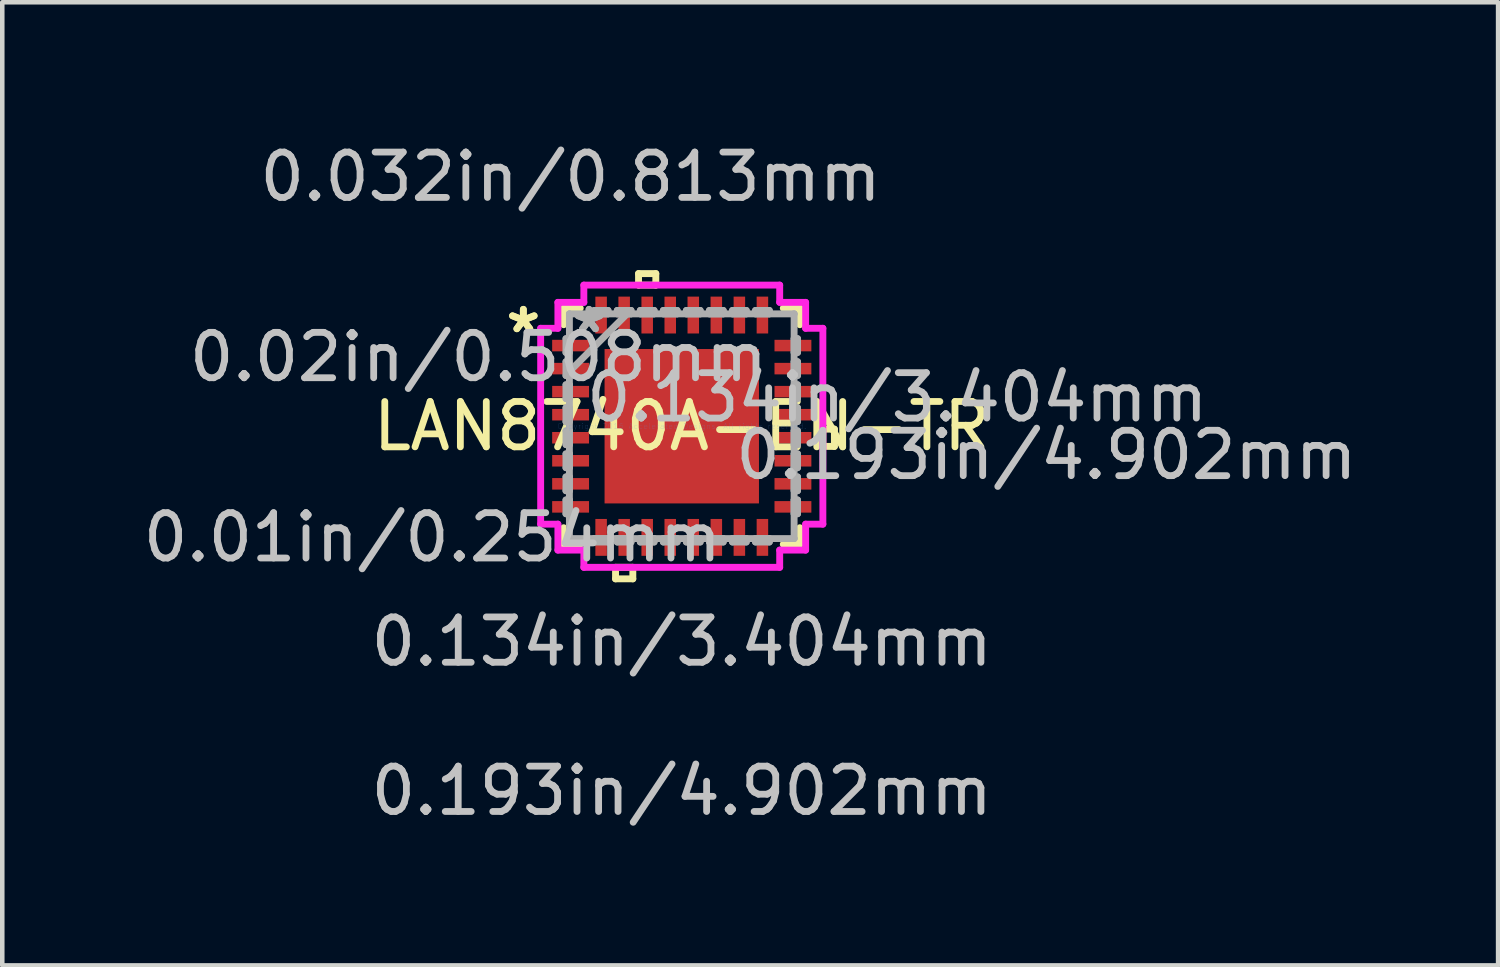
<source format=kicad_pcb>
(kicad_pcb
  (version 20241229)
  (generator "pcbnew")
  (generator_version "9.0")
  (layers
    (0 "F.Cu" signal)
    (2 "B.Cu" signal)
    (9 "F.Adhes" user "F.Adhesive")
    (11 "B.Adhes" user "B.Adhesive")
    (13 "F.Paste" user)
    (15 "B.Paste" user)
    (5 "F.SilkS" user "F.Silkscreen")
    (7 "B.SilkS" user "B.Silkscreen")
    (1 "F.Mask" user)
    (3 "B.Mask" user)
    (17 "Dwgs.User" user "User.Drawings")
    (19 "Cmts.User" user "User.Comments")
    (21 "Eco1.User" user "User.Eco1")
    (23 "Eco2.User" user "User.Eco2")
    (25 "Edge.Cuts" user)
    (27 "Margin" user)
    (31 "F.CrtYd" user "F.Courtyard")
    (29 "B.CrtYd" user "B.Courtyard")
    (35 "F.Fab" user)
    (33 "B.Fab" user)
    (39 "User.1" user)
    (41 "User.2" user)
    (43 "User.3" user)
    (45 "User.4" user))
  (footprint "LAN8740A-EN-TR"
    (layer "F.Cu")
    (at 11.981 6.347)
    (property "Reference" "LAN8740A-EN-TR" (at 0 0 0) (layer "F.SilkS") (effects (font (size 1 1) (thickness 0.15))))
    (attr through_hole)
    (fp_line (start -2.603 -2.603) (end -2.603 -2.238) (stroke (width 0.152) (type solid)) (layer "F.SilkS"))
    (fp_line (start -2.603 2.238) (end -2.603 2.603) (stroke (width 0.152) (type solid)) (layer "F.SilkS"))
    (fp_line (start -2.603 2.603) (end -2.238 2.603) (stroke (width 0.152) (type solid)) (layer "F.SilkS"))
    (fp_line (start -2.238 -2.603) (end -2.603 -2.603) (stroke (width 0.152) (type solid)) (layer "F.SilkS"))
    (fp_line (start -1.46 3.111) (end -1.46 3.365) (stroke (width 0.152) (type solid)) (layer "F.SilkS"))
    (fp_line (start -1.46 3.365) (end -1.079 3.365) (stroke (width 0.152) (type solid)) (layer "F.SilkS"))
    (fp_line (start -1.079 3.111) (end -1.46 3.111) (stroke (width 0.152) (type solid)) (layer "F.SilkS"))
    (fp_line (start -1.079 3.365) (end -1.079 3.111) (stroke (width 0.152) (type solid)) (layer "F.SilkS"))
    (fp_line (start -0.953 -3.365) (end -0.572 -3.365) (stroke (width 0.152) (type solid)) (layer "F.SilkS"))
    (fp_line (start -0.953 -3.111) (end -0.953 -3.365) (stroke (width 0.152) (type solid)) (layer "F.SilkS"))
    (fp_line (start -0.572 -3.365) (end -0.572 -3.111) (stroke (width 0.152) (type solid)) (layer "F.SilkS"))
    (fp_line (start -0.572 -3.111) (end -0.953 -3.111) (stroke (width 0.152) (type solid)) (layer "F.SilkS"))
    (fp_line (start 2.238 2.603) (end 2.603 2.603) (stroke (width 0.152) (type solid)) (layer "F.SilkS"))
    (fp_line (start 2.603 -2.603) (end 2.238 -2.603) (stroke (width 0.152) (type solid)) (layer "F.SilkS"))
    (fp_line (start 2.603 -2.238) (end 2.603 -2.603) (stroke (width 0.152) (type solid)) (layer "F.SilkS"))
    (fp_line (start 2.603 2.603) (end 2.603 2.238) (stroke (width 0.152) (type solid)) (layer "F.SilkS"))
    (fp_line (start 3.111 0.064) (end 3.365 0.064) (stroke (width 0.152) (type solid)) (layer "F.SilkS"))
    (fp_line (start 3.111 0.445) (end 3.111 0.064) (stroke (width 0.152) (type solid)) (layer "F.SilkS"))
    (fp_line (start 3.365 0.064) (end 3.365 0.445) (stroke (width 0.152) (type solid)) (layer "F.SilkS"))
    (fp_line (start 3.365 0.445) (end 3.111 0.445) (stroke (width 0.152) (type solid)) (layer "F.SilkS"))
    (fp_line (start -1.602 -1.602) (end -1.602 -0.1) (stroke (width 0.152) (type solid)) (layer "F.Paste"))
    (fp_line (start -1.602 -0.1) (end -0.1 -0.1) (stroke (width 0.152) (type solid)) (layer "F.Paste"))
    (fp_line (start -1.602 0.1) (end -1.602 1.602) (stroke (width 0.152) (type solid)) (layer "F.Paste"))
    (fp_line (start -1.602 1.602) (end -0.1 1.602) (stroke (width 0.152) (type solid)) (layer "F.Paste"))
    (fp_line (start -0.1 -1.602) (end -1.602 -1.602) (stroke (width 0.152) (type solid)) (layer "F.Paste"))
    (fp_line (start -0.1 -0.1) (end -0.1 -1.602) (stroke (width 0.152) (type solid)) (layer "F.Paste"))
    (fp_line (start -0.1 0.1) (end -1.602 0.1) (stroke (width 0.152) (type solid)) (layer "F.Paste"))
    (fp_line (start -0.1 1.602) (end -0.1 0.1) (stroke (width 0.152) (type solid)) (layer "F.Paste"))
    (fp_line (start 0.1 -1.602) (end 0.1 -0.1) (stroke (width 0.152) (type solid)) (layer "F.Paste"))
    (fp_line (start 0.1 -0.1) (end 1.602 -0.1) (stroke (width 0.152) (type solid)) (layer "F.Paste"))
    (fp_line (start 0.1 0.1) (end 0.1 1.602) (stroke (width 0.152) (type solid)) (layer "F.Paste"))
    (fp_line (start 0.1 1.602) (end 1.602 1.602) (stroke (width 0.152) (type solid)) (layer "F.Paste"))
    (fp_line (start 1.602 -1.602) (end 0.1 -1.602) (stroke (width 0.152) (type solid)) (layer "F.Paste"))
    (fp_line (start 1.602 -0.1) (end 1.602 -1.602) (stroke (width 0.152) (type solid)) (layer "F.Paste"))
    (fp_line (start 1.602 0.1) (end 0.1 0.1) (stroke (width 0.152) (type solid)) (layer "F.Paste"))
    (fp_line (start 1.602 1.602) (end 1.602 0.1) (stroke (width 0.152) (type solid)) (layer "F.Paste"))
    (fp_line (start -3.111 -2.159) (end -2.731 -2.159) (stroke (width 0.152) (type solid)) (layer "F.CrtYd"))
    (fp_line (start -3.111 2.159) (end -3.111 -2.159) (stroke (width 0.152) (type solid)) (layer "F.CrtYd"))
    (fp_line (start -2.731 -2.731) (end -2.159 -2.731) (stroke (width 0.152) (type solid)) (layer "F.CrtYd"))
    (fp_line (start -2.731 -2.159) (end -2.731 -2.731) (stroke (width 0.152) (type solid)) (layer "F.CrtYd"))
    (fp_line (start -2.731 2.159) (end -3.111 2.159) (stroke (width 0.152) (type solid)) (layer "F.CrtYd"))
    (fp_line (start -2.731 2.731) (end -2.731 2.159) (stroke (width 0.152) (type solid)) (layer "F.CrtYd"))
    (fp_line (start -2.159 -3.111) (end 2.159 -3.111) (stroke (width 0.152) (type solid)) (layer "F.CrtYd"))
    (fp_line (start -2.159 -2.731) (end -2.159 -3.111) (stroke (width 0.152) (type solid)) (layer "F.CrtYd"))
    (fp_line (start -2.159 2.731) (end -2.731 2.731) (stroke (width 0.152) (type solid)) (layer "F.CrtYd"))
    (fp_line (start -2.159 3.111) (end -2.159 2.731) (stroke (width 0.152) (type solid)) (layer "F.CrtYd"))
    (fp_line (start 2.159 -3.111) (end 2.159 -2.731) (stroke (width 0.152) (type solid)) (layer "F.CrtYd"))
    (fp_line (start 2.159 -2.731) (end 2.731 -2.731) (stroke (width 0.152) (type solid)) (layer "F.CrtYd"))
    (fp_line (start 2.159 2.731) (end 2.159 3.111) (stroke (width 0.152) (type solid)) (layer "F.CrtYd"))
    (fp_line (start 2.159 3.111) (end -2.159 3.111) (stroke (width 0.152) (type solid)) (layer "F.CrtYd"))
    (fp_line (start 2.731 -2.731) (end 2.731 -2.159) (stroke (width 0.152) (type solid)) (layer "F.CrtYd"))
    (fp_line (start 2.731 -2.159) (end 3.111 -2.159) (stroke (width 0.152) (type solid)) (layer "F.CrtYd"))
    (fp_line (start 2.731 2.159) (end 2.731 2.731) (stroke (width 0.152) (type solid)) (layer "F.CrtYd"))
    (fp_line (start 2.731 2.731) (end 2.159 2.731) (stroke (width 0.152) (type solid)) (layer "F.CrtYd"))
    (fp_line (start 3.111 -2.159) (end 3.111 2.159) (stroke (width 0.152) (type solid)) (layer "F.CrtYd"))
    (fp_line (start 3.111 2.159) (end 2.731 2.159) (stroke (width 0.152) (type solid)) (layer "F.CrtYd"))
    (fp_line (start -2.553 -1.93) (end -2.553 -1.626) (stroke (width 0.152) (type solid)) (layer "F.Fab"))
    (fp_line (start -2.553 -1.626) (end -2.477 -1.626) (stroke (width 0.152) (type solid)) (layer "F.Fab"))
    (fp_line (start -2.553 -1.422) (end -2.553 -1.118) (stroke (width 0.152) (type solid)) (layer "F.Fab"))
    (fp_line (start -2.553 -1.118) (end -2.477 -1.118) (stroke (width 0.152) (type solid)) (layer "F.Fab"))
    (fp_line (start -2.553 -0.914) (end -2.553 -0.61) (stroke (width 0.152) (type solid)) (layer "F.Fab"))
    (fp_line (start -2.553 -0.61) (end -2.477 -0.61) (stroke (width 0.152) (type solid)) (layer "F.Fab"))
    (fp_line (start -2.553 -0.406) (end -2.553 -0.102) (stroke (width 0.152) (type solid)) (layer "F.Fab"))
    (fp_line (start -2.553 -0.102) (end -2.477 -0.102) (stroke (width 0.152) (type solid)) (layer "F.Fab"))
    (fp_line (start -2.553 0.102) (end -2.553 0.406) (stroke (width 0.152) (type solid)) (layer "F.Fab"))
    (fp_line (start -2.553 0.406) (end -2.477 0.406) (stroke (width 0.152) (type solid)) (layer "F.Fab"))
    (fp_line (start -2.553 0.61) (end -2.553 0.914) (stroke (width 0.152) (type solid)) (layer "F.Fab"))
    (fp_line (start -2.553 0.914) (end -2.477 0.914) (stroke (width 0.152) (type solid)) (layer "F.Fab"))
    (fp_line (start -2.553 1.118) (end -2.553 1.422) (stroke (width 0.152) (type solid)) (layer "F.Fab"))
    (fp_line (start -2.553 1.422) (end -2.477 1.422) (stroke (width 0.152) (type solid)) (layer "F.Fab"))
    (fp_line (start -2.553 1.626) (end -2.553 1.93) (stroke (width 0.152) (type solid)) (layer "F.Fab"))
    (fp_line (start -2.553 1.93) (end -2.477 1.93) (stroke (width 0.152) (type solid)) (layer "F.Fab"))
    (fp_line (start -2.477 -2.477) (end -2.477 -2.477) (stroke (width 0.152) (type solid)) (layer "F.Fab"))
    (fp_line (start -2.477 -2.477) (end -2.477 2.477) (stroke (width 0.152) (type solid)) (layer "F.Fab"))
    (fp_line (start -2.477 -1.93) (end -2.553 -1.93) (stroke (width 0.152) (type solid)) (layer "F.Fab"))
    (fp_line (start -2.477 -1.626) (end -2.477 -1.93) (stroke (width 0.152) (type solid)) (layer "F.Fab"))
    (fp_line (start -2.477 -1.422) (end -2.553 -1.422) (stroke (width 0.152) (type solid)) (layer "F.Fab"))
    (fp_line (start -2.477 -1.206) (end -1.206 -2.477) (stroke (width 0.152) (type solid)) (layer "F.Fab"))
    (fp_line (start -2.477 -1.118) (end -2.477 -1.422) (stroke (width 0.152) (type solid)) (layer "F.Fab"))
    (fp_line (start -2.477 -0.914) (end -2.553 -0.914) (stroke (width 0.152) (type solid)) (layer "F.Fab"))
    (fp_line (start -2.477 -0.61) (end -2.477 -0.914) (stroke (width 0.152) (type solid)) (layer "F.Fab"))
    (fp_line (start -2.477 -0.406) (end -2.553 -0.406) (stroke (width 0.152) (type solid)) (layer "F.Fab"))
    (fp_line (start -2.477 -0.102) (end -2.477 -0.406) (stroke (width 0.152) (type solid)) (layer "F.Fab"))
    (fp_line (start -2.477 0.102) (end -2.553 0.102) (stroke (width 0.152) (type solid)) (layer "F.Fab"))
    (fp_line (start -2.477 0.406) (end -2.477 0.102) (stroke (width 0.152) (type solid)) (layer "F.Fab"))
    (fp_line (start -2.477 0.61) (end -2.553 0.61) (stroke (width 0.152) (type solid)) (layer "F.Fab"))
    (fp_line (start -2.477 0.914) (end -2.477 0.61) (stroke (width 0.152) (type solid)) (layer "F.Fab"))
    (fp_line (start -2.477 1.118) (end -2.553 1.118) (stroke (width 0.152) (type solid)) (layer "F.Fab"))
    (fp_line (start -2.477 1.422) (end -2.477 1.118) (stroke (width 0.152) (type solid)) (layer "F.Fab"))
    (fp_line (start -2.477 1.626) (end -2.553 1.626) (stroke (width 0.152) (type solid)) (layer "F.Fab"))
    (fp_line (start -2.477 1.93) (end -2.477 1.626) (stroke (width 0.152) (type solid)) (layer "F.Fab"))
    (fp_line (start -2.477 2.477) (end -2.477 2.477) (stroke (width 0.152) (type solid)) (layer "F.Fab"))
    (fp_line (start -2.477 2.477) (end 2.477 2.477) (stroke (width 0.152) (type solid)) (layer "F.Fab"))
    (fp_line (start -1.93 -2.553) (end -1.93 -2.477) (stroke (width 0.152) (type solid)) (layer "F.Fab"))
    (fp_line (start -1.93 -2.477) (end -1.626 -2.477) (stroke (width 0.152) (type solid)) (layer "F.Fab"))
    (fp_line (start -1.93 2.477) (end -1.93 2.553) (stroke (width 0.152) (type solid)) (layer "F.Fab"))
    (fp_line (start -1.93 2.553) (end -1.626 2.553) (stroke (width 0.152) (type solid)) (layer "F.Fab"))
    (fp_line (start -1.626 -2.553) (end -1.93 -2.553) (stroke (width 0.152) (type solid)) (layer "F.Fab"))
    (fp_line (start -1.626 -2.477) (end -1.626 -2.553) (stroke (width 0.152) (type solid)) (layer "F.Fab"))
    (fp_line (start -1.626 2.477) (end -1.93 2.477) (stroke (width 0.152) (type solid)) (layer "F.Fab"))
    (fp_line (start -1.626 2.553) (end -1.626 2.477) (stroke (width 0.152) (type solid)) (layer "F.Fab"))
    (fp_line (start -1.422 -2.553) (end -1.422 -2.477) (stroke (width 0.152) (type solid)) (layer "F.Fab"))
    (fp_line (start -1.422 -2.477) (end -1.118 -2.477) (stroke (width 0.152) (type solid)) (layer "F.Fab"))
    (fp_line (start -1.422 2.477) (end -1.422 2.553) (stroke (width 0.152) (type solid)) (layer "F.Fab"))
    (fp_line (start -1.422 2.553) (end -1.118 2.553) (stroke (width 0.152) (type solid)) (layer "F.Fab"))
    (fp_line (start -1.118 -2.553) (end -1.422 -2.553) (stroke (width 0.152) (type solid)) (layer "F.Fab"))
    (fp_line (start -1.118 -2.477) (end -1.118 -2.553) (stroke (width 0.152) (type solid)) (layer "F.Fab"))
    (fp_line (start -1.118 2.477) (end -1.422 2.477) (stroke (width 0.152) (type solid)) (layer "F.Fab"))
    (fp_line (start -1.118 2.553) (end -1.118 2.477) (stroke (width 0.152) (type solid)) (layer "F.Fab"))
    (fp_line (start -0.914 -2.553) (end -0.914 -2.477) (stroke (width 0.152) (type solid)) (layer "F.Fab"))
    (fp_line (start -0.914 -2.477) (end -0.61 -2.477) (stroke (width 0.152) (type solid)) (layer "F.Fab"))
    (fp_line (start -0.914 2.477) (end -0.914 2.553) (stroke (width 0.152) (type solid)) (layer "F.Fab"))
    (fp_line (start -0.914 2.553) (end -0.61 2.553) (stroke (width 0.152) (type solid)) (layer "F.Fab"))
    (fp_line (start -0.61 -2.553) (end -0.914 -2.553) (stroke (width 0.152) (type solid)) (layer "F.Fab"))
    (fp_line (start -0.61 -2.477) (end -0.61 -2.553) (stroke (width 0.152) (type solid)) (layer "F.Fab"))
    (fp_line (start -0.61 2.477) (end -0.914 2.477) (stroke (width 0.152) (type solid)) (layer "F.Fab"))
    (fp_line (start -0.61 2.553) (end -0.61 2.477) (stroke (width 0.152) (type solid)) (layer "F.Fab"))
    (fp_line (start -0.406 -2.553) (end -0.406 -2.477) (stroke (width 0.152) (type solid)) (layer "F.Fab"))
    (fp_line (start -0.406 -2.477) (end -0.102 -2.477) (stroke (width 0.152) (type solid)) (layer "F.Fab"))
    (fp_line (start -0.406 2.477) (end -0.406 2.553) (stroke (width 0.152) (type solid)) (layer "F.Fab"))
    (fp_line (start -0.406 2.553) (end -0.102 2.553) (stroke (width 0.152) (type solid)) (layer "F.Fab"))
    (fp_line (start -0.102 -2.553) (end -0.406 -2.553) (stroke (width 0.152) (type solid)) (layer "F.Fab"))
    (fp_line (start -0.102 -2.477) (end -0.102 -2.553) (stroke (width 0.152) (type solid)) (layer "F.Fab"))
    (fp_line (start -0.102 2.477) (end -0.406 2.477) (stroke (width 0.152) (type solid)) (layer "F.Fab"))
    (fp_line (start -0.102 2.553) (end -0.102 2.477) (stroke (width 0.152) (type solid)) (layer "F.Fab"))
    (fp_line (start 0.102 -2.553) (end 0.102 -2.477) (stroke (width 0.152) (type solid)) (layer "F.Fab"))
    (fp_line (start 0.102 -2.477) (end 0.406 -2.477) (stroke (width 0.152) (type solid)) (layer "F.Fab"))
    (fp_line (start 0.102 2.477) (end 0.102 2.553) (stroke (width 0.152) (type solid)) (layer "F.Fab"))
    (fp_line (start 0.102 2.553) (end 0.406 2.553) (stroke (width 0.152) (type solid)) (layer "F.Fab"))
    (fp_line (start 0.406 -2.553) (end 0.102 -2.553) (stroke (width 0.152) (type solid)) (layer "F.Fab"))
    (fp_line (start 0.406 -2.477) (end 0.406 -2.553) (stroke (width 0.152) (type solid)) (layer "F.Fab"))
    (fp_line (start 0.406 2.477) (end 0.102 2.477) (stroke (width 0.152) (type solid)) (layer "F.Fab"))
    (fp_line (start 0.406 2.553) (end 0.406 2.477) (stroke (width 0.152) (type solid)) (layer "F.Fab"))
    (fp_line (start 0.61 -2.553) (end 0.61 -2.477) (stroke (width 0.152) (type solid)) (layer "F.Fab"))
    (fp_line (start 0.61 -2.477) (end 0.914 -2.477) (stroke (width 0.152) (type solid)) (layer "F.Fab"))
    (fp_line (start 0.61 2.477) (end 0.61 2.553) (stroke (width 0.152) (type solid)) (layer "F.Fab"))
    (fp_line (start 0.61 2.553) (end 0.914 2.553) (stroke (width 0.152) (type solid)) (layer "F.Fab"))
    (fp_line (start 0.914 -2.553) (end 0.61 -2.553) (stroke (width 0.152) (type solid)) (layer "F.Fab"))
    (fp_line (start 0.914 -2.477) (end 0.914 -2.553) (stroke (width 0.152) (type solid)) (layer "F.Fab"))
    (fp_line (start 0.914 2.477) (end 0.61 2.477) (stroke (width 0.152) (type solid)) (layer "F.Fab"))
    (fp_line (start 0.914 2.553) (end 0.914 2.477) (stroke (width 0.152) (type solid)) (layer "F.Fab"))
    (fp_line (start 1.118 -2.553) (end 1.118 -2.477) (stroke (width 0.152) (type solid)) (layer "F.Fab"))
    (fp_line (start 1.118 -2.477) (end 1.422 -2.477) (stroke (width 0.152) (type solid)) (layer "F.Fab"))
    (fp_line (start 1.118 2.477) (end 1.118 2.553) (stroke (width 0.152) (type solid)) (layer "F.Fab"))
    (fp_line (start 1.118 2.553) (end 1.422 2.553) (stroke (width 0.152) (type solid)) (layer "F.Fab"))
    (fp_line (start 1.422 -2.553) (end 1.118 -2.553) (stroke (width 0.152) (type solid)) (layer "F.Fab"))
    (fp_line (start 1.422 -2.477) (end 1.422 -2.553) (stroke (width 0.152) (type solid)) (layer "F.Fab"))
    (fp_line (start 1.422 2.477) (end 1.118 2.477) (stroke (width 0.152) (type solid)) (layer "F.Fab"))
    (fp_line (start 1.422 2.553) (end 1.422 2.477) (stroke (width 0.152) (type solid)) (layer "F.Fab"))
    (fp_line (start 1.626 -2.553) (end 1.626 -2.477) (stroke (width 0.152) (type solid)) (layer "F.Fab"))
    (fp_line (start 1.626 -2.477) (end 1.93 -2.477) (stroke (width 0.152) (type solid)) (layer "F.Fab"))
    (fp_line (start 1.626 2.477) (end 1.626 2.553) (stroke (width 0.152) (type solid)) (layer "F.Fab"))
    (fp_line (start 1.626 2.553) (end 1.93 2.553) (stroke (width 0.152) (type solid)) (layer "F.Fab"))
    (fp_line (start 1.93 -2.553) (end 1.626 -2.553) (stroke (width 0.152) (type solid)) (layer "F.Fab"))
    (fp_line (start 1.93 -2.477) (end 1.93 -2.553) (stroke (width 0.152) (type solid)) (layer "F.Fab"))
    (fp_line (start 1.93 2.477) (end 1.626 2.477) (stroke (width 0.152) (type solid)) (layer "F.Fab"))
    (fp_line (start 1.93 2.553) (end 1.93 2.477) (stroke (width 0.152) (type solid)) (layer "F.Fab"))
    (fp_line (start 2.477 -2.477) (end -2.477 -2.477) (stroke (width 0.152) (type solid)) (layer "F.Fab"))
    (fp_line (start 2.477 -2.477) (end 2.477 -2.477) (stroke (width 0.152) (type solid)) (layer "F.Fab"))
    (fp_line (start 2.477 -1.93) (end 2.477 -1.626) (stroke (width 0.152) (type solid)) (layer "F.Fab"))
    (fp_line (start 2.477 -1.626) (end 2.553 -1.626) (stroke (width 0.152) (type solid)) (layer "F.Fab"))
    (fp_line (start 2.477 -1.422) (end 2.477 -1.118) (stroke (width 0.152) (type solid)) (layer "F.Fab"))
    (fp_line (start 2.477 -1.118) (end 2.553 -1.118) (stroke (width 0.152) (type solid)) (layer "F.Fab"))
    (fp_line (start 2.477 -0.914) (end 2.477 -0.61) (stroke (width 0.152) (type solid)) (layer "F.Fab"))
    (fp_line (start 2.477 -0.61) (end 2.553 -0.61) (stroke (width 0.152) (type solid)) (layer "F.Fab"))
    (fp_line (start 2.477 -0.406) (end 2.477 -0.102) (stroke (width 0.152) (type solid)) (layer "F.Fab"))
    (fp_line (start 2.477 -0.102) (end 2.553 -0.102) (stroke (width 0.152) (type solid)) (layer "F.Fab"))
    (fp_line (start 2.477 0.102) (end 2.477 0.406) (stroke (width 0.152) (type solid)) (layer "F.Fab"))
    (fp_line (start 2.477 0.406) (end 2.553 0.406) (stroke (width 0.152) (type solid)) (layer "F.Fab"))
    (fp_line (start 2.477 0.61) (end 2.477 0.914) (stroke (width 0.152) (type solid)) (layer "F.Fab"))
    (fp_line (start 2.477 0.914) (end 2.553 0.914) (stroke (width 0.152) (type solid)) (layer "F.Fab"))
    (fp_line (start 2.477 1.118) (end 2.477 1.422) (stroke (width 0.152) (type solid)) (layer "F.Fab"))
    (fp_line (start 2.477 1.422) (end 2.553 1.422) (stroke (width 0.152) (type solid)) (layer "F.Fab"))
    (fp_line (start 2.477 1.626) (end 2.477 1.93) (stroke (width 0.152) (type solid)) (layer "F.Fab"))
    (fp_line (start 2.477 1.93) (end 2.553 1.93) (stroke (width 0.152) (type solid)) (layer "F.Fab"))
    (fp_line (start 2.477 2.477) (end 2.477 -2.477) (stroke (width 0.152) (type solid)) (layer "F.Fab"))
    (fp_line (start 2.477 2.477) (end 2.477 2.477) (stroke (width 0.152) (type solid)) (layer "F.Fab"))
    (fp_line (start 2.553 -1.93) (end 2.477 -1.93) (stroke (width 0.152) (type solid)) (layer "F.Fab"))
    (fp_line (start 2.553 -1.626) (end 2.553 -1.93) (stroke (width 0.152) (type solid)) (layer "F.Fab"))
    (fp_line (start 2.553 -1.422) (end 2.477 -1.422) (stroke (width 0.152) (type solid)) (layer "F.Fab"))
    (fp_line (start 2.553 -1.118) (end 2.553 -1.422) (stroke (width 0.152) (type solid)) (layer "F.Fab"))
    (fp_line (start 2.553 -0.914) (end 2.477 -0.914) (stroke (width 0.152) (type solid)) (layer "F.Fab"))
    (fp_line (start 2.553 -0.61) (end 2.553 -0.914) (stroke (width 0.152) (type solid)) (layer "F.Fab"))
    (fp_line (start 2.553 -0.406) (end 2.477 -0.406) (stroke (width 0.152) (type solid)) (layer "F.Fab"))
    (fp_line (start 2.553 -0.102) (end 2.553 -0.406) (stroke (width 0.152) (type solid)) (layer "F.Fab"))
    (fp_line (start 2.553 0.102) (end 2.477 0.102) (stroke (width 0.152) (type solid)) (layer "F.Fab"))
    (fp_line (start 2.553 0.406) (end 2.553 0.102) (stroke (width 0.152) (type solid)) (layer "F.Fab"))
    (fp_line (start 2.553 0.61) (end 2.477 0.61) (stroke (width 0.152) (type solid)) (layer "F.Fab"))
    (fp_line (start 2.553 0.914) (end 2.553 0.61) (stroke (width 0.152) (type solid)) (layer "F.Fab"))
    (fp_line (start 2.553 1.118) (end 2.477 1.118) (stroke (width 0.152) (type solid)) (layer "F.Fab"))
    (fp_line (start 2.553 1.422) (end 2.553 1.118) (stroke (width 0.152) (type solid)) (layer "F.Fab"))
    (fp_line (start 2.553 1.626) (end 2.477 1.626) (stroke (width 0.152) (type solid)) (layer "F.Fab"))
    (fp_line (start 2.553 1.93) (end 2.553 1.626) (stroke (width 0.152) (type solid)) (layer "F.Fab"))
    (fp_text user "*" (at -3.493 -2.032 0) (layer "F.SilkS") (effects (font (size 1 1) (thickness 0.15))))
    (fp_text user "*" (at -3.493 -2.032 0) (layer "F.SilkS") (effects (font (size 1 1) (thickness 0.15))))
    (fp_text user "0.134in/3.404mm" (at 4.75 -0.635 0) (layer "Dwgs.User") (effects (font (size 1 1) (thickness 0.15))))
    (fp_text user "0.032in/0.813mm" (at -2.451 -5.499 0) (layer "Dwgs.User") (effects (font (size 1 1) (thickness 0.15))))
    (fp_text user "0.01in/0.254mm" (at -5.499 2.451 0) (layer "Dwgs.User") (effects (font (size 1 1) (thickness 0.15))))
    (fp_text user "0.02in/0.508mm" (at -4.483 -1.524 0) (layer "Dwgs.User") (effects (font (size 1 1) (thickness 0.15))))
    (fp_text user "0.134in/3.404mm" (at 0 4.75 0) (layer "Dwgs.User") (effects (font (size 1 1) (thickness 0.15))))
    (fp_text user "0.193in/4.902mm" (at 8.039 0.635 0) (layer "Dwgs.User") (effects (font (size 1 1) (thickness 0.15))))
    (fp_text user "0.193in/4.902mm" (at 0 8.039 0) (layer "Dwgs.User") (effects (font (size 1 1) (thickness 0.15))))
    (fp_text user "Copyright 2016 Accelerated Designs. All rights reserved." (at 0 0 0) (layer "Cmts.User") (effects (font (size 0.127 0.127) (thickness 0.002))))
    (fp_text user "*" (at -2.045 -2.032 0) (layer "F.Fab") (effects (font (size 1 1) (thickness 0.15))))
    (fp_text user "*" (at -2.045 -2.032 0) (layer "F.Fab") (effects (font (size 1 1) (thickness 0.15))))
    (pad "1" smd rect (at -2.451 -1.778 90) (size 0.254 0.813) (layers "F.Cu" "F.Mask" "F.Paste"))
    (pad "2" smd rect (at -2.451 -1.27 90) (size 0.254 0.813) (layers "F.Cu" "F.Mask" "F.Paste"))
    (pad "3" smd rect (at -2.451 -0.762 90) (size 0.254 0.813) (layers "F.Cu" "F.Mask" "F.Paste"))
    (pad "4" smd rect (at -2.451 -0.254 90) (size 0.254 0.813) (layers "F.Cu" "F.Mask" "F.Paste"))
    (pad "5" smd rect (at -2.451 0.254 90) (size 0.254 0.813) (layers "F.Cu" "F.Mask" "F.Paste"))
    (pad "6" smd rect (at -2.451 0.762 90) (size 0.254 0.813) (layers "F.Cu" "F.Mask" "F.Paste"))
    (pad "7" smd rect (at -2.451 1.27 90) (size 0.254 0.813) (layers "F.Cu" "F.Mask" "F.Paste"))
    (pad "8" smd rect (at -2.451 1.778 90) (size 0.254 0.813) (layers "F.Cu" "F.Mask" "F.Paste"))
    (pad "9" smd rect (at -1.778 2.451) (size 0.254 0.813) (layers "F.Cu" "F.Mask" "F.Paste"))
    (pad "10" smd rect (at -1.27 2.451) (size 0.254 0.813) (layers "F.Cu" "F.Mask" "F.Paste"))
    (pad "11" smd rect (at -0.762 2.451) (size 0.254 0.813) (layers "F.Cu" "F.Mask" "F.Paste"))
    (pad "12" smd rect (at -0.254 2.451) (size 0.254 0.813) (layers "F.Cu" "F.Mask" "F.Paste"))
    (pad "13" smd rect (at 0.254 2.451) (size 0.254 0.813) (layers "F.Cu" "F.Mask" "F.Paste"))
    (pad "14" smd rect (at 0.762 2.451) (size 0.254 0.813) (layers "F.Cu" "F.Mask" "F.Paste"))
    (pad "15" smd rect (at 1.27 2.451) (size 0.254 0.813) (layers "F.Cu" "F.Mask" "F.Paste"))
    (pad "16" smd rect (at 1.778 2.451) (size 0.254 0.813) (layers "F.Cu" "F.Mask" "F.Paste"))
    (pad "17" smd rect (at 2.451 1.778 90) (size 0.254 0.813) (layers "F.Cu" "F.Mask" "F.Paste"))
    (pad "18" smd rect (at 2.451 1.27 90) (size 0.254 0.813) (layers "F.Cu" "F.Mask" "F.Paste"))
    (pad "19" smd rect (at 2.451 0.762 90) (size 0.254 0.813) (layers "F.Cu" "F.Mask" "F.Paste"))
    (pad "20" smd rect (at 2.451 0.254 90) (size 0.254 0.813) (layers "F.Cu" "F.Mask" "F.Paste"))
    (pad "21" smd rect (at 2.451 -0.254 90) (size 0.254 0.813) (layers "F.Cu" "F.Mask" "F.Paste"))
    (pad "22" smd rect (at 2.451 -0.762 90) (size 0.254 0.813) (layers "F.Cu" "F.Mask" "F.Paste"))
    (pad "23" smd rect (at 2.451 -1.27 90) (size 0.254 0.813) (layers "F.Cu" "F.Mask" "F.Paste"))
    (pad "24" smd rect (at 2.451 -1.778 90) (size 0.254 0.813) (layers "F.Cu" "F.Mask" "F.Paste"))
    (pad "25" smd rect (at 1.778 -2.451) (size 0.254 0.813) (layers "F.Cu" "F.Mask" "F.Paste"))
    (pad "26" smd rect (at 1.27 -2.451) (size 0.254 0.813) (layers "F.Cu" "F.Mask" "F.Paste"))
    (pad "27" smd rect (at 0.762 -2.451) (size 0.254 0.813) (layers "F.Cu" "F.Mask" "F.Paste"))
    (pad "28" smd rect (at 0.254 -2.451) (size 0.254 0.813) (layers "F.Cu" "F.Mask" "F.Paste"))
    (pad "29" smd rect (at -0.254 -2.451) (size 0.254 0.813) (layers "F.Cu" "F.Mask" "F.Paste"))
    (pad "30" smd rect (at -0.762 -2.451) (size 0.254 0.813) (layers "F.Cu" "F.Mask" "F.Paste"))
    (pad "31" smd rect (at -1.27 -2.451) (size 0.254 0.813) (layers "F.Cu" "F.Mask" "F.Paste"))
    (pad "32" smd rect (at -1.778 -2.451) (size 0.254 0.813) (layers "F.Cu" "F.Mask" "F.Paste"))
    (pad "33" smd rect (at 0 0) (size 3.404 3.404) (layers "F.Cu" "F.Mask" "F.Paste")))
  (gr_rect
    (start -3 -3)
    (end 29.979 18.235)
    (stroke (width 0.1) (type default))
    (fill no)
    (layer "Edge.Cuts")))
</source>
